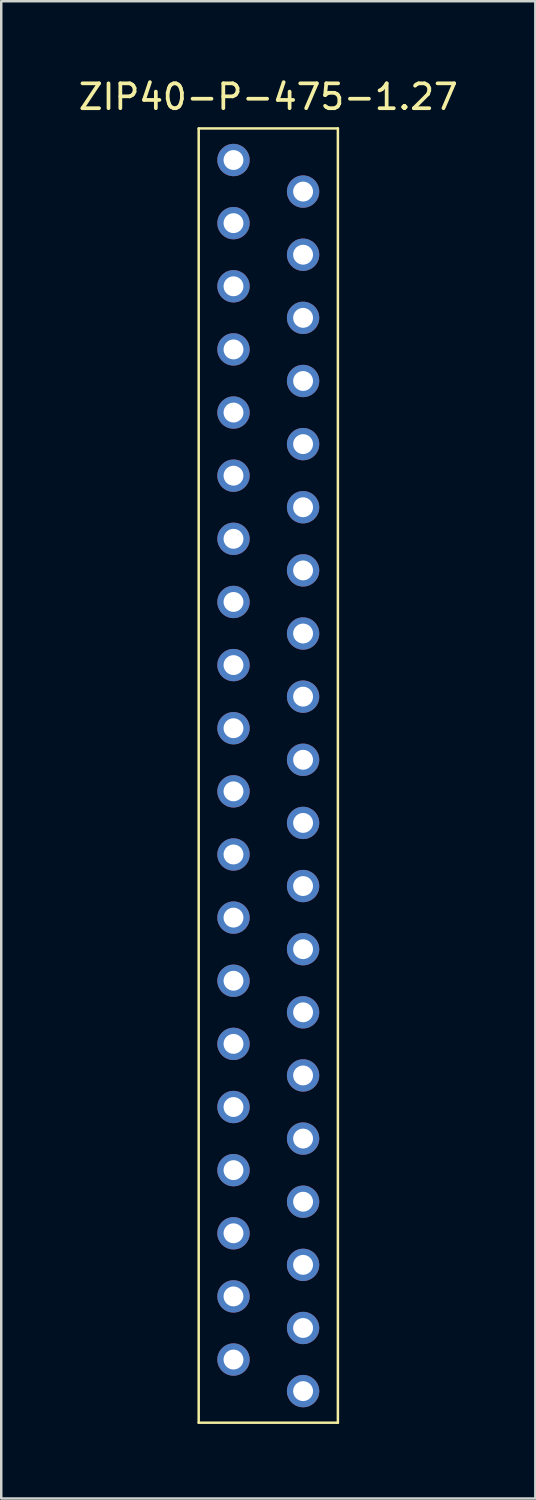
<source format=kicad_pcb>
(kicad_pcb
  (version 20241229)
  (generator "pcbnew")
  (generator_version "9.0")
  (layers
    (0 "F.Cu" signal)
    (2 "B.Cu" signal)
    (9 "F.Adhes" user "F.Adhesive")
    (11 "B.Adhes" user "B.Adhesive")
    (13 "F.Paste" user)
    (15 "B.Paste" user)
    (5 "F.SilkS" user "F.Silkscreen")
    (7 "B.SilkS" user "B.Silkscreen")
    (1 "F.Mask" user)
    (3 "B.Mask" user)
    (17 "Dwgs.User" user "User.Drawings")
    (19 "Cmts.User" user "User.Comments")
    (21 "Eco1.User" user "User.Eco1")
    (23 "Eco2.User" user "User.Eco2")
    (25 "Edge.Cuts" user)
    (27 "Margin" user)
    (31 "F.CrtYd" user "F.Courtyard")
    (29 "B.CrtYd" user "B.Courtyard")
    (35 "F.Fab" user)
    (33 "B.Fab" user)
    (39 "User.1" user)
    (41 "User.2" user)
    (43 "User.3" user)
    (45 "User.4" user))
  (footprint "ZIP40-P-475-1.27"
    (layer "F.Cu")
    (at 7.744 27.518)
    (property "Reference" "ZIP40-P-475-1.27" (at 0 -26.67 0) (layer "F.SilkS") (effects (font (size 1 1) (thickness 0.15))))
    (attr through_hole)
    (fp_line (start -2.8 -25.4) (end 2.8 -25.4) (stroke (width 0.1) (type solid)) (layer "F.SilkS"))
    (fp_line (start -2.8 26.67) (end -2.8 -25.4) (stroke (width 0.1) (type solid)) (layer "F.SilkS"))
    (fp_line (start 2.8 -25.4) (end 2.8 26.67) (stroke (width 0.1) (type solid)) (layer "F.SilkS"))
    (fp_line (start 2.8 26.67) (end -2.8 26.67) (stroke (width 0.1) (type solid)) (layer "F.SilkS"))
    (pad "1" thru_hole circle (at -1.4 -24.13) (size 1.3 1.3) (drill 0.8) (layers "*.Cu" "*.Mask"))
    (pad "2" thru_hole circle (at 1.4 -22.86) (size 1.3 1.3) (drill 0.8) (layers "*.Cu" "*.Mask"))
    (pad "3" thru_hole circle (at -1.4 -21.59) (size 1.3 1.3) (drill 0.8) (layers "*.Cu" "*.Mask"))
    (pad "4" thru_hole circle (at 1.4 -20.32) (size 1.3 1.3) (drill 0.8) (layers "*.Cu" "*.Mask"))
    (pad "5" thru_hole circle (at -1.4 -19.05) (size 1.3 1.3) (drill 0.8) (layers "*.Cu" "*.Mask"))
    (pad "6" thru_hole circle (at 1.4 -17.78) (size 1.3 1.3) (drill 0.8) (layers "*.Cu" "*.Mask"))
    (pad "7" thru_hole circle (at -1.4 -16.51) (size 1.3 1.3) (drill 0.8) (layers "*.Cu" "*.Mask"))
    (pad "8" thru_hole circle (at 1.4 -15.24) (size 1.3 1.3) (drill 0.8) (layers "*.Cu" "*.Mask"))
    (pad "9" thru_hole circle (at -1.4 -13.97) (size 1.3 1.3) (drill 0.8) (layers "*.Cu" "*.Mask"))
    (pad "10" thru_hole circle (at 1.4 -12.7) (size 1.3 1.3) (drill 0.8) (layers "*.Cu" "*.Mask"))
    (pad "11" thru_hole circle (at -1.4 -11.43) (size 1.3 1.3) (drill 0.8) (layers "*.Cu" "*.Mask"))
    (pad "12" thru_hole circle (at 1.4 -10.16) (size 1.3 1.3) (drill 0.8) (layers "*.Cu" "*.Mask"))
    (pad "13" thru_hole circle (at -1.4 -8.89) (size 1.3 1.3) (drill 0.8) (layers "*.Cu" "*.Mask"))
    (pad "14" thru_hole circle (at 1.4 -7.62) (size 1.3 1.3) (drill 0.8) (layers "*.Cu" "*.Mask"))
    (pad "15" thru_hole circle (at -1.4 -6.35) (size 1.3 1.3) (drill 0.8) (layers "*.Cu" "*.Mask"))
    (pad "16" thru_hole circle (at 1.4 -5.08) (size 1.3 1.3) (drill 0.8) (layers "*.Cu" "*.Mask"))
    (pad "17" thru_hole circle (at -1.4 -3.81) (size 1.3 1.3) (drill 0.8) (layers "*.Cu" "*.Mask"))
    (pad "18" thru_hole circle (at 1.4 -2.54) (size 1.3 1.3) (drill 0.8) (layers "*.Cu" "*.Mask"))
    (pad "19" thru_hole circle (at -1.4 -1.27) (size 1.3 1.3) (drill 0.8) (layers "*.Cu" "*.Mask"))
    (pad "20" thru_hole circle (at 1.4 0) (size 1.3 1.3) (drill 0.8) (layers "*.Cu" "*.Mask"))
    (pad "21" thru_hole circle (at -1.4 1.27) (size 1.3 1.3) (drill 0.8) (layers "*.Cu" "*.Mask"))
    (pad "22" thru_hole circle (at 1.4 2.54) (size 1.3 1.3) (drill 0.8) (layers "*.Cu" "*.Mask"))
    (pad "23" thru_hole circle (at -1.4 3.81) (size 1.3 1.3) (drill 0.8) (layers "*.Cu" "*.Mask"))
    (pad "24" thru_hole circle (at 1.4 5.08) (size 1.3 1.3) (drill 0.8) (layers "*.Cu" "*.Mask"))
    (pad "25" thru_hole circle (at -1.4 6.35) (size 1.3 1.3) (drill 0.8) (layers "*.Cu" "*.Mask"))
    (pad "26" thru_hole circle (at 1.4 7.62) (size 1.3 1.3) (drill 0.8) (layers "*.Cu" "*.Mask"))
    (pad "27" thru_hole circle (at -1.4 8.89) (size 1.3 1.3) (drill 0.8) (layers "*.Cu" "*.Mask"))
    (pad "28" thru_hole circle (at 1.4 10.16) (size 1.3 1.3) (drill 0.8) (layers "*.Cu" "*.Mask"))
    (pad "29" thru_hole circle (at -1.4 11.43) (size 1.3 1.3) (drill 0.8) (layers "*.Cu" "*.Mask"))
    (pad "30" thru_hole circle (at 1.4 12.7) (size 1.3 1.3) (drill 0.8) (layers "*.Cu" "*.Mask"))
    (pad "31" thru_hole circle (at -1.4 13.97) (size 1.3 1.3) (drill 0.8) (layers "*.Cu" "*.Mask"))
    (pad "32" thru_hole circle (at 1.4 15.24) (size 1.3 1.3) (drill 0.8) (layers "*.Cu" "*.Mask"))
    (pad "33" thru_hole circle (at -1.4 16.51) (size 1.3 1.3) (drill 0.8) (layers "*.Cu" "*.Mask"))
    (pad "34" thru_hole circle (at 1.4 17.78) (size 1.3 1.3) (drill 0.8) (layers "*.Cu" "*.Mask"))
    (pad "35" thru_hole circle (at -1.4 19.05) (size 1.3 1.3) (drill 0.8) (layers "*.Cu" "*.Mask"))
    (pad "36" thru_hole circle (at 1.4 20.32) (size 1.3 1.3) (drill 0.8) (layers "*.Cu" "*.Mask"))
    (pad "37" thru_hole circle (at -1.4 21.59) (size 1.3 1.3) (drill 0.8) (layers "*.Cu" "*.Mask"))
    (pad "38" thru_hole circle (at 1.4 22.86) (size 1.3 1.3) (drill 0.8) (layers "*.Cu" "*.Mask"))
    (pad "39" thru_hole circle (at -1.4 24.13) (size 1.3 1.3) (drill 0.8) (layers "*.Cu" "*.Mask"))
    (pad "40" thru_hole circle (at 1.4 25.4) (size 1.3 1.3) (drill 0.8) (layers "*.Cu" "*.Mask")))
  (gr_rect
    (start -3 -3)
    (end 18.488 57.238)
    (stroke (width 0.1) (type default))
    (fill no)
    (layer "Edge.Cuts")))
</source>
